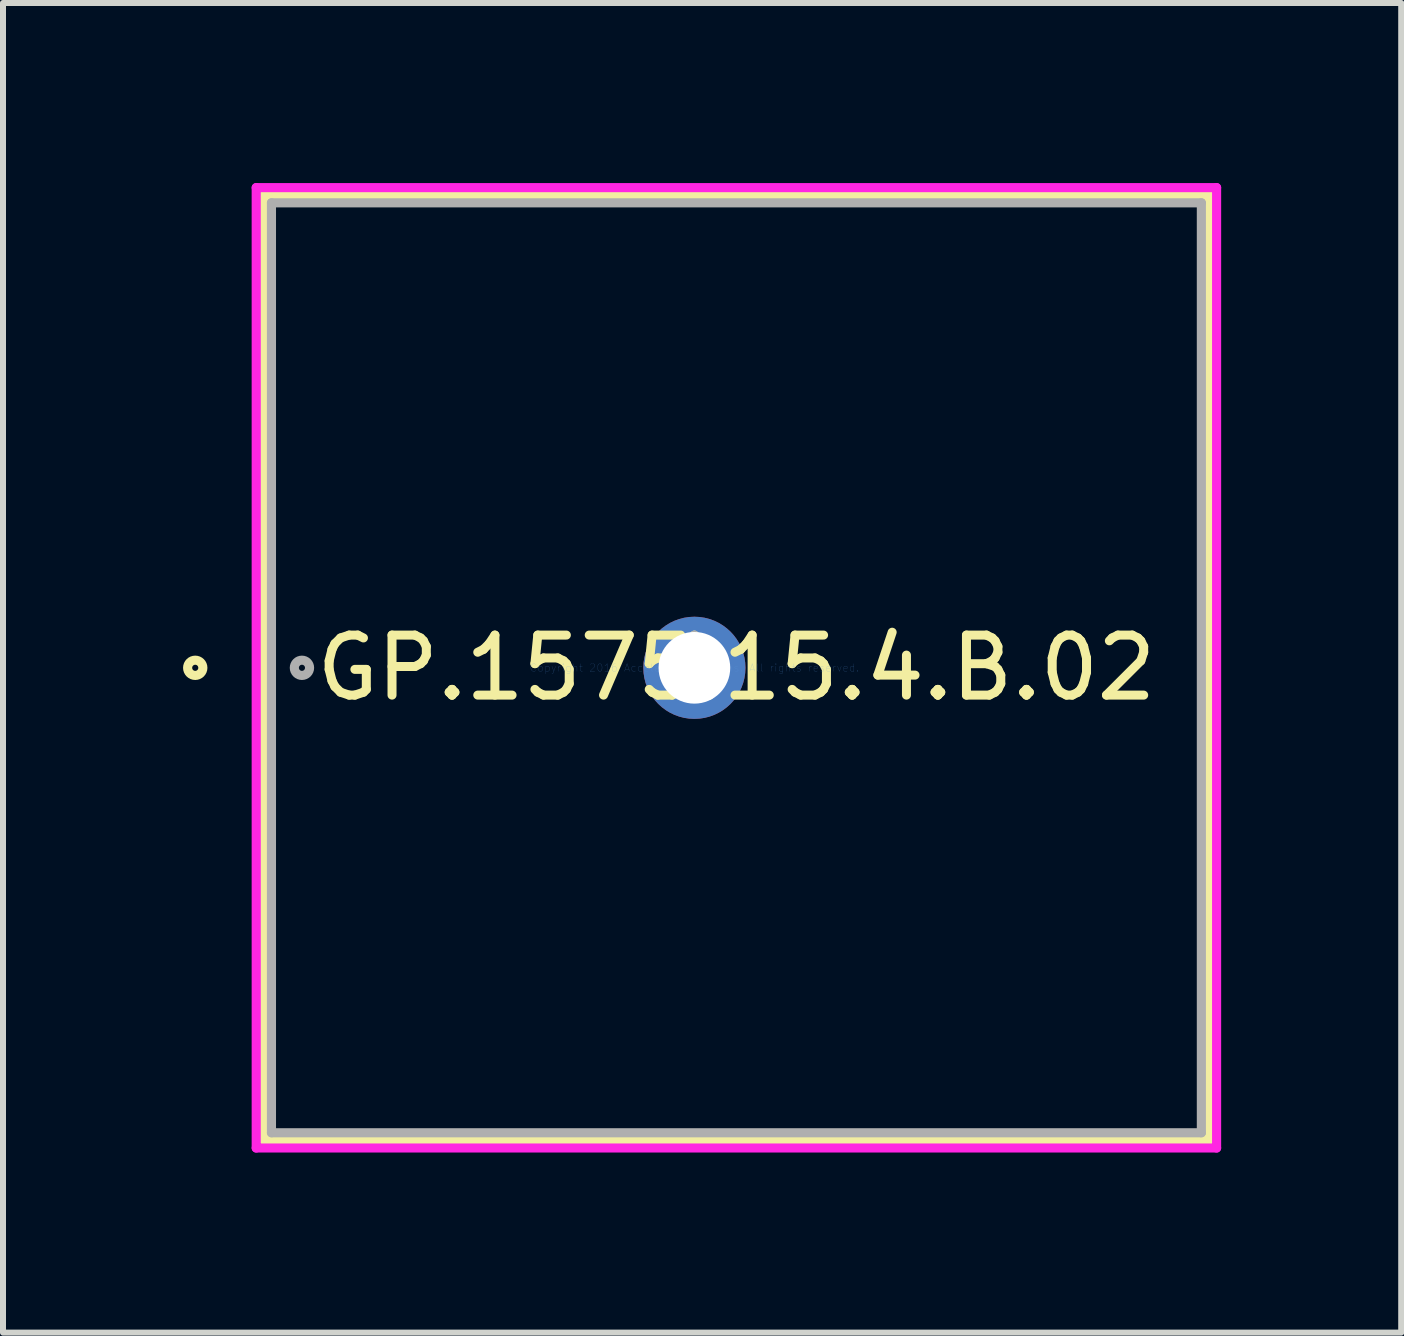
<source format=kicad_pcb>
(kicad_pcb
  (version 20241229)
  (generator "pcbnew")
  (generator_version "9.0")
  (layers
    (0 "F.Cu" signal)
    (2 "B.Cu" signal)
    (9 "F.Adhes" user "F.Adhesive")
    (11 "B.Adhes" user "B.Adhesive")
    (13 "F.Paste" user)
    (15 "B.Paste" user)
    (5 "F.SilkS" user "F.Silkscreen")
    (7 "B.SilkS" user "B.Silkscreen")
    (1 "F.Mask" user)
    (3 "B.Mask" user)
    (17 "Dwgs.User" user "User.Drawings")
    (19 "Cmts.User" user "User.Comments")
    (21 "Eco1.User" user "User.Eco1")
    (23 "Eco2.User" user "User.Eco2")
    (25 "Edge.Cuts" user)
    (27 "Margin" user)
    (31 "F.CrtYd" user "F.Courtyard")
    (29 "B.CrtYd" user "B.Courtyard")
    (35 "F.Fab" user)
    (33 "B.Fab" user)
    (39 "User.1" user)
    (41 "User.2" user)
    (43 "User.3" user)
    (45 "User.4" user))
  (footprint "GP.1575.15.4.B.02"
    (layer "F.Cu")
    (at 8.52 8.077)
    (property "Reference" "GP.1575.15.4.B.02" (at 0.7 0 0) (layer "F.SilkS") (effects (font (size 1 1) (thickness 0.15))))
    (attr through_hole)
    (fp_line (start -7.174 -7.874) (end 8.574 -7.874) (stroke (width 0.152) (type solid)) (layer "F.SilkS"))
    (fp_line (start -7.174 7.874) (end -7.174 -7.874) (stroke (width 0.152) (type solid)) (layer "F.SilkS"))
    (fp_line (start 8.574 -7.874) (end 8.574 7.874) (stroke (width 0.152) (type solid)) (layer "F.SilkS"))
    (fp_line (start 8.574 7.874) (end -7.174 7.874) (stroke (width 0.152) (type solid)) (layer "F.SilkS"))
    (fp_circle (center -8.317 0) (end -8.19 0) (stroke (width 0.152) (type solid)) (fill no) (layer "F.SilkS"))
    (fp_line (start -7.301 -8.001) (end 8.701 -8.001) (stroke (width 0.152) (type solid)) (layer "F.CrtYd"))
    (fp_line (start -7.301 8.001) (end -7.301 -8.001) (stroke (width 0.152) (type solid)) (layer "F.CrtYd"))
    (fp_line (start 8.701 -8.001) (end 8.701 8.001) (stroke (width 0.152) (type solid)) (layer "F.CrtYd"))
    (fp_line (start 8.701 8.001) (end -7.301 8.001) (stroke (width 0.152) (type solid)) (layer "F.CrtYd"))
    (fp_line (start -7.047 -7.747) (end 8.447 -7.747) (stroke (width 0.152) (type solid)) (layer "F.Fab"))
    (fp_line (start -7.047 7.747) (end -7.047 -7.747) (stroke (width 0.152) (type solid)) (layer "F.Fab"))
    (fp_line (start 8.447 -7.747) (end 8.447 7.747) (stroke (width 0.152) (type solid)) (layer "F.Fab"))
    (fp_line (start 8.447 7.747) (end -7.047 7.747) (stroke (width 0.152) (type solid)) (layer "F.Fab"))
    (fp_circle (center -6.539 0) (end -6.412 0) (stroke (width 0.152) (type solid)) (fill no) (layer "F.Fab"))
    (fp_text user "*" (at 0 0 0) (layer "F.SilkS") (effects (font (size 1 1) (thickness 0.15))))
    (fp_text user "Copyright 2016 Accelerated Designs. All rights reserved." (at 0 0 0) (layer "Cmts.User") (effects (font (size 0.127 0.127) (thickness 0.002))))
    (fp_text user "*" (at 0 0 0) (layer "F.Fab") (effects (font (size 1 1) (thickness 0.15))))
    (pad "1" thru_hole circle (at 0 0) (size 1.702 1.702) (drill 1.194) (layers "*.Cu" "*.Mask")))
  (gr_rect
    (start -3 -3)
    (end 20.297 19.154)
    (stroke (width 0.1) (type default))
    (fill no)
    (layer "Edge.Cuts")))
</source>
